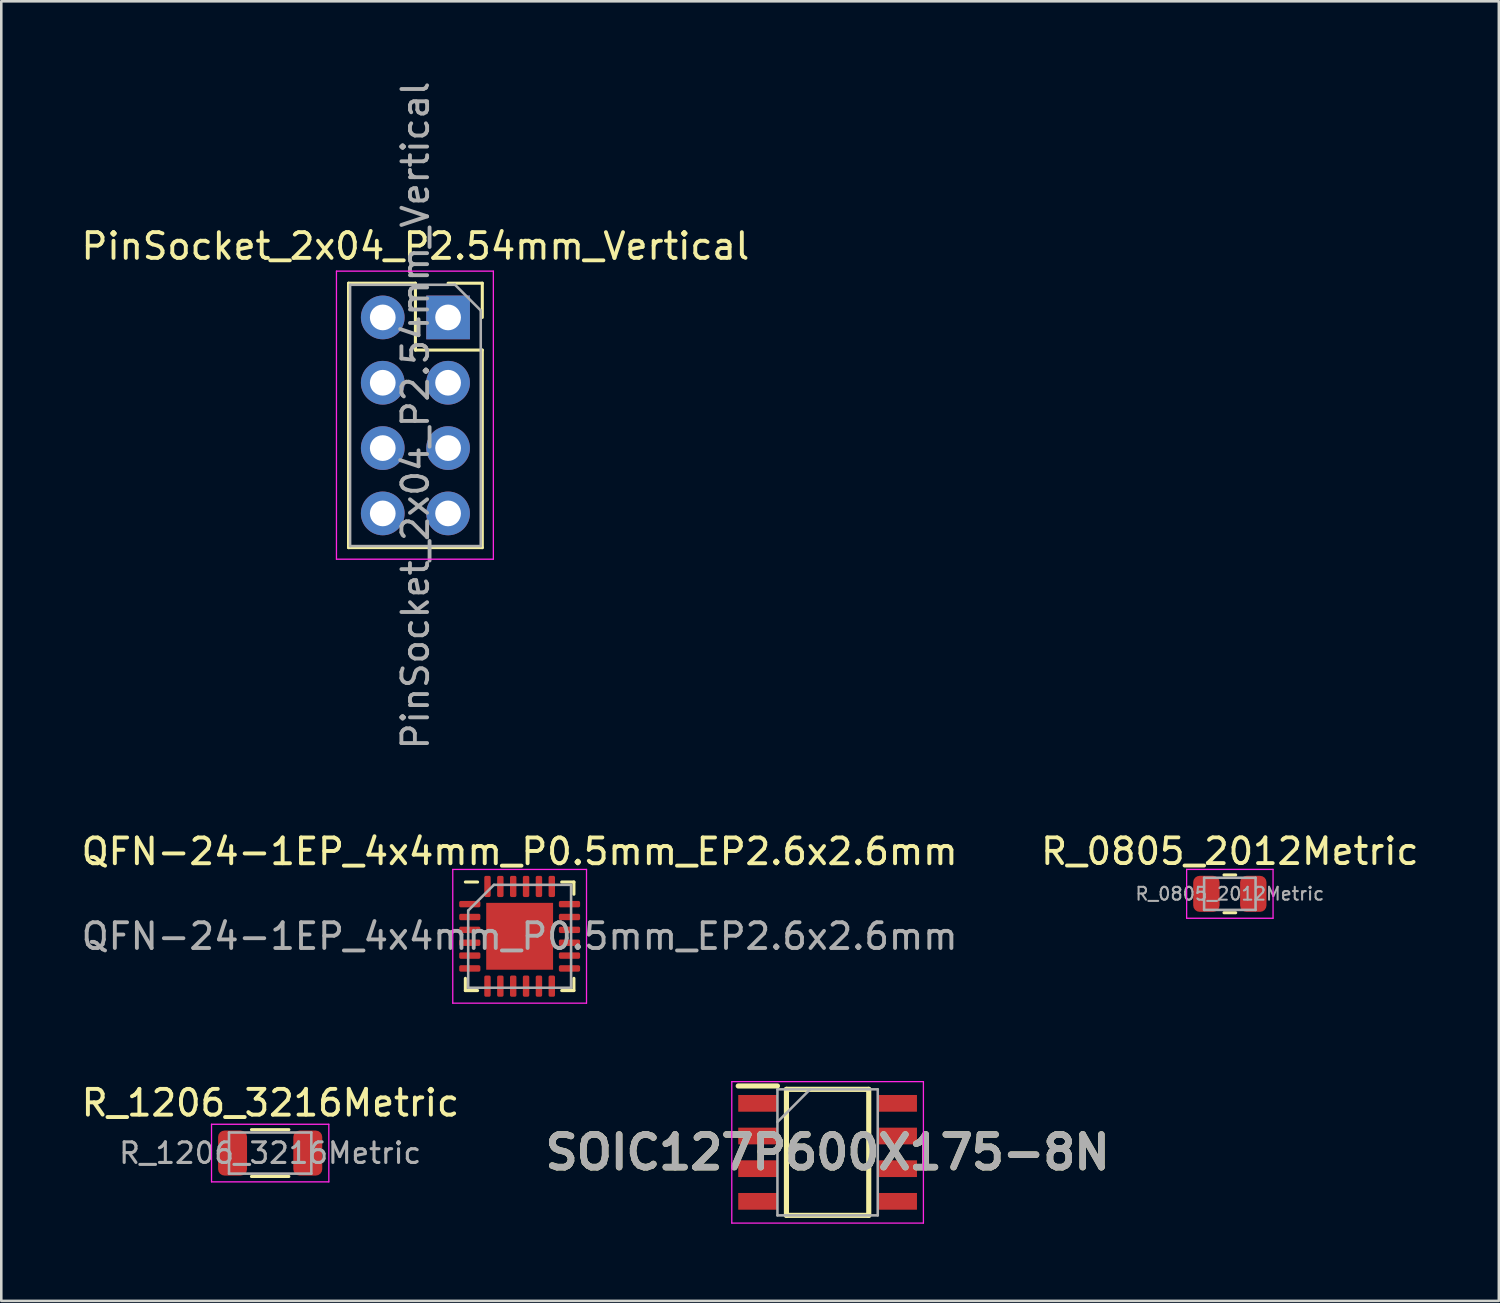
<source format=kicad_pcb>
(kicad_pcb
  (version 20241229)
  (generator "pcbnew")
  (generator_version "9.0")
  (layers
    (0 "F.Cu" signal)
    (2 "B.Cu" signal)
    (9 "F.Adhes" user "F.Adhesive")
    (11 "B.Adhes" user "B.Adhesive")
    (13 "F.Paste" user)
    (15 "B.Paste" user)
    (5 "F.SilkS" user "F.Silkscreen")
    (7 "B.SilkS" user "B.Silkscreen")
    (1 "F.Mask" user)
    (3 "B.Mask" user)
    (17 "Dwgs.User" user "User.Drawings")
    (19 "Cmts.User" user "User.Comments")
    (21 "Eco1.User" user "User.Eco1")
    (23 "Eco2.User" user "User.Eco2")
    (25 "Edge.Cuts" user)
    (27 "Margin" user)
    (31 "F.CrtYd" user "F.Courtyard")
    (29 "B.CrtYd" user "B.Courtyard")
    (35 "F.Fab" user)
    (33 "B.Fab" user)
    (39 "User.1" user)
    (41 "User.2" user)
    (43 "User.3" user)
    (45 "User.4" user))
  (footprint "SOIC127P600X175-8N"
    (layer "F.Cu")
    (at 29.126 41.752)
    (property "Reference" "SOIC127P600X175-8N" (at 0 0 0) (layer "F.SilkS") (effects (font (size 1.27 1.27) (thickness 0.254))))
    (attr smd)
    (fp_line (start -3.475 -2.58) (end -1.95 -2.58) (stroke (width 0.2) (type solid)) (layer "F.SilkS"))
    (fp_line (start -1.6 -2.45) (end 1.6 -2.45) (stroke (width 0.2) (type solid)) (layer "F.SilkS"))
    (fp_line (start -1.6 2.45) (end -1.6 -2.45) (stroke (width 0.2) (type solid)) (layer "F.SilkS"))
    (fp_line (start 1.6 -2.45) (end 1.6 2.45) (stroke (width 0.2) (type solid)) (layer "F.SilkS"))
    (fp_line (start 1.6 2.45) (end -1.6 2.45) (stroke (width 0.2) (type solid)) (layer "F.SilkS"))
    (fp_line (start -3.725 -2.75) (end 3.725 -2.75) (stroke (width 0.05) (type solid)) (layer "F.CrtYd"))
    (fp_line (start -3.725 2.75) (end -3.725 -2.75) (stroke (width 0.05) (type solid)) (layer "F.CrtYd"))
    (fp_line (start 3.725 -2.75) (end 3.725 2.75) (stroke (width 0.05) (type solid)) (layer "F.CrtYd"))
    (fp_line (start 3.725 2.75) (end -3.725 2.75) (stroke (width 0.05) (type solid)) (layer "F.CrtYd"))
    (fp_line (start -1.95 -2.45) (end 1.95 -2.45) (stroke (width 0.1) (type solid)) (layer "F.Fab"))
    (fp_line (start -1.95 -1.18) (end -0.68 -2.45) (stroke (width 0.1) (type solid)) (layer "F.Fab"))
    (fp_line (start -1.95 2.45) (end -1.95 -2.45) (stroke (width 0.1) (type solid)) (layer "F.Fab"))
    (fp_line (start 1.95 -2.45) (end 1.95 2.45) (stroke (width 0.1) (type solid)) (layer "F.Fab"))
    (fp_line (start 1.95 2.45) (end -1.95 2.45) (stroke (width 0.1) (type solid)) (layer "F.Fab"))
    (fp_text user "${REFERENCE}" (at 0 0 0) (layer "F.Fab") (effects (font (size 1.27 1.27) (thickness 0.254))))
    (pad "1" smd rect (at -2.712 -1.905 90) (size 0.65 1.525) (layers "F.Cu" "F.Mask" "F.Paste"))
    (pad "2" smd rect (at -2.712 -0.635 90) (size 0.65 1.525) (layers "F.Cu" "F.Mask" "F.Paste"))
    (pad "3" smd rect (at -2.712 0.635 90) (size 0.65 1.525) (layers "F.Cu" "F.Mask" "F.Paste"))
    (pad "4" smd rect (at -2.712 1.905 90) (size 0.65 1.525) (layers "F.Cu" "F.Mask" "F.Paste"))
    (pad "5" smd rect (at 2.712 1.905 90) (size 0.65 1.525) (layers "F.Cu" "F.Mask" "F.Paste"))
    (pad "6" smd rect (at 2.712 0.635 90) (size 0.65 1.525) (layers "F.Cu" "F.Mask" "F.Paste"))
    (pad "7" smd rect (at 2.712 -0.635 90) (size 0.65 1.525) (layers "F.Cu" "F.Mask" "F.Paste"))
    (pad "8" smd rect (at 2.712 -1.905 90) (size 0.65 1.525) (layers "F.Cu" "F.Mask" "F.Paste")))
  (footprint "R_1206_3216Metric"
    (layer "F.Cu")
    (at 7.454 41.78)
    (property "Reference" "R_1206_3216Metric" (at 0.009 -1.95 0) (layer "F.SilkS") (effects (font (size 1 1) (thickness 0.153))))
    (attr smd)
    (fp_line (start -0.727 -0.91) (end 0.727 -0.91) (stroke (width 0.12) (type solid)) (layer "F.SilkS"))
    (fp_line (start -0.727 0.91) (end 0.727 0.91) (stroke (width 0.12) (type solid)) (layer "F.SilkS"))
    (fp_line (start -2.28 -1.12) (end 2.28 -1.12) (stroke (width 0.05) (type solid)) (layer "F.CrtYd"))
    (fp_line (start -2.28 1.12) (end -2.28 -1.12) (stroke (width 0.05) (type solid)) (layer "F.CrtYd"))
    (fp_line (start 2.28 -1.12) (end 2.28 1.12) (stroke (width 0.05) (type solid)) (layer "F.CrtYd"))
    (fp_line (start 2.28 1.12) (end -2.28 1.12) (stroke (width 0.05) (type solid)) (layer "F.CrtYd"))
    (fp_line (start -1.6 -0.8) (end 1.6 -0.8) (stroke (width 0.1) (type solid)) (layer "F.Fab"))
    (fp_line (start -1.6 0.8) (end -1.6 -0.8) (stroke (width 0.1) (type solid)) (layer "F.Fab"))
    (fp_line (start 1.6 -0.8) (end 1.6 0.8) (stroke (width 0.1) (type solid)) (layer "F.Fab"))
    (fp_line (start 1.6 0.8) (end -1.6 0.8) (stroke (width 0.1) (type solid)) (layer "F.Fab"))
    (fp_text user "${REFERENCE}" (at 0 0 0) (layer "F.Fab") (effects (font (size 0.8 0.8) (thickness 0.12))))
    (pad "1" smd roundrect (at -1.462 0) (size 1.125 1.75) (layers "F.Cu" "F.Mask" "F.Paste") (roundrect_rratio 0.222))
    (pad "2" smd roundrect (at 1.462 0) (size 1.125 1.75) (layers "F.Cu" "F.Mask" "F.Paste") (roundrect_rratio 0.222)))
  (footprint "PinSocket_2x04_P2.54mm_Vertical"
    (layer "F.Cu")
    (at 14.371 9.291)
    (property "Reference" "PinSocket_2x04_P2.54mm_Vertical" (at -1.27 -2.77 180) (layer "F.SilkS") (effects (font (size 1 1) (thickness 0.15))))
    (attr through_hole)
    (fp_line (start -3.87 -1.33) (end -3.87 8.95) (stroke (width 0.12) (type solid)) (layer "F.SilkS"))
    (fp_line (start -3.87 -1.33) (end -1.27 -1.33) (stroke (width 0.12) (type solid)) (layer "F.SilkS"))
    (fp_line (start -3.87 8.95) (end 1.33 8.95) (stroke (width 0.12) (type solid)) (layer "F.SilkS"))
    (fp_line (start -1.27 -1.33) (end -1.27 1.27) (stroke (width 0.12) (type solid)) (layer "F.SilkS"))
    (fp_line (start -1.27 1.27) (end 1.33 1.27) (stroke (width 0.12) (type solid)) (layer "F.SilkS"))
    (fp_line (start 0 -1.33) (end 1.33 -1.33) (stroke (width 0.12) (type solid)) (layer "F.SilkS"))
    (fp_line (start 1.33 -1.33) (end 1.33 0) (stroke (width 0.12) (type solid)) (layer "F.SilkS"))
    (fp_line (start 1.33 1.27) (end 1.33 8.95) (stroke (width 0.12) (type solid)) (layer "F.SilkS"))
    (fp_line (start -4.34 -1.8) (end 1.76 -1.8) (stroke (width 0.05) (type solid)) (layer "F.CrtYd"))
    (fp_line (start -4.34 9.4) (end -4.34 -1.8) (stroke (width 0.05) (type solid)) (layer "F.CrtYd"))
    (fp_line (start 1.76 -1.8) (end 1.76 9.4) (stroke (width 0.05) (type solid)) (layer "F.CrtYd"))
    (fp_line (start 1.76 9.4) (end -4.34 9.4) (stroke (width 0.05) (type solid)) (layer "F.CrtYd"))
    (fp_line (start -3.81 -1.27) (end 0.27 -1.27) (stroke (width 0.1) (type solid)) (layer "F.Fab"))
    (fp_line (start -3.81 8.89) (end -3.81 -1.27) (stroke (width 0.1) (type solid)) (layer "F.Fab"))
    (fp_line (start 0.27 -1.27) (end 1.27 -0.27) (stroke (width 0.1) (type solid)) (layer "F.Fab"))
    (fp_line (start 1.27 -0.27) (end 1.27 8.89) (stroke (width 0.1) (type solid)) (layer "F.Fab"))
    (fp_line (start 1.27 8.89) (end -3.81 8.89) (stroke (width 0.1) (type solid)) (layer "F.Fab"))
    (fp_text user "${REFERENCE}" (at -1.27 3.81 270) (layer "F.Fab") (effects (font (size 1 1) (thickness 0.15))))
    (pad "1" thru_hole rect (at 0 0) (size 1.7 1.7) (drill 1) (layers "*.Cu" "*.Mask"))
    (pad "2" thru_hole oval (at -2.54 0) (size 1.7 1.7) (drill 1) (layers "*.Cu" "*.Mask"))
    (pad "3" thru_hole oval (at 0 2.54) (size 1.7 1.7) (drill 1) (layers "*.Cu" "*.Mask"))
    (pad "4" thru_hole oval (at -2.54 2.54) (size 1.7 1.7) (drill 1) (layers "*.Cu" "*.Mask"))
    (pad "5" thru_hole oval (at 0 5.08) (size 1.7 1.7) (drill 1) (layers "*.Cu" "*.Mask"))
    (pad "6" thru_hole oval (at -2.54 5.08) (size 1.7 1.7) (drill 1) (layers "*.Cu" "*.Mask"))
    (pad "7" thru_hole oval (at 0 7.62) (size 1.7 1.7) (drill 1) (layers "*.Cu" "*.Mask"))
    (pad "8" thru_hole oval (at -2.54 7.62) (size 1.7 1.7) (drill 1) (layers "*.Cu" "*.Mask")))
  (footprint "QFN-24-1EP_4x4mm_P0.5mm_EP2.6x2.6mm"
    (layer "F.Cu")
    (at 17.153 33.352)
    (property "Reference" "QFN-24-1EP_4x4mm_P0.5mm_EP2.6x2.6mm" (at 0 -3.296 0) (layer "F.SilkS") (effects (font (size 1 1) (thickness 0.153))))
    (attr smd)
    (fp_line (start -2.11 2.11) (end -2.11 1.635) (stroke (width 0.12) (type solid)) (layer "F.SilkS"))
    (fp_line (start -1.635 -2.11) (end -2.11 -2.11) (stroke (width 0.12) (type solid)) (layer "F.SilkS"))
    (fp_line (start -1.635 2.11) (end -2.11 2.11) (stroke (width 0.12) (type solid)) (layer "F.SilkS"))
    (fp_line (start 1.635 -2.11) (end 2.11 -2.11) (stroke (width 0.12) (type solid)) (layer "F.SilkS"))
    (fp_line (start 1.635 2.11) (end 2.11 2.11) (stroke (width 0.12) (type solid)) (layer "F.SilkS"))
    (fp_line (start 2.11 -2.11) (end 2.11 -1.635) (stroke (width 0.12) (type solid)) (layer "F.SilkS"))
    (fp_line (start 2.11 2.11) (end 2.11 1.635) (stroke (width 0.12) (type solid)) (layer "F.SilkS"))
    (fp_line (start -2.6 -2.6) (end -2.6 2.6) (stroke (width 0.05) (type solid)) (layer "F.CrtYd"))
    (fp_line (start -2.6 2.6) (end 2.6 2.6) (stroke (width 0.05) (type solid)) (layer "F.CrtYd"))
    (fp_line (start 2.6 -2.6) (end -2.6 -2.6) (stroke (width 0.05) (type solid)) (layer "F.CrtYd"))
    (fp_line (start 2.6 2.6) (end 2.6 -2.6) (stroke (width 0.05) (type solid)) (layer "F.CrtYd"))
    (fp_line (start -2 -1) (end -1 -2) (stroke (width 0.1) (type solid)) (layer "F.Fab"))
    (fp_line (start -2 2) (end -2 -1) (stroke (width 0.1) (type solid)) (layer "F.Fab"))
    (fp_line (start -1 -2) (end 2 -2) (stroke (width 0.1) (type solid)) (layer "F.Fab"))
    (fp_line (start 2 -2) (end 2 2) (stroke (width 0.1) (type solid)) (layer "F.Fab"))
    (fp_line (start 2 2) (end -2 2) (stroke (width 0.1) (type solid)) (layer "F.Fab"))
    (fp_text user "${REFERENCE}" (at 0 0 0) (layer "F.Fab") (effects (font (size 1 1) (thickness 0.15))))
    (pad "" smd roundrect (at -0.65 -0.65) (size 1.05 1.05) (layers "F.Paste") (roundrect_rratio 0.238))
    (pad "" smd roundrect (at -0.65 0.65) (size 1.05 1.05) (layers "F.Paste") (roundrect_rratio 0.238))
    (pad "" smd roundrect (at 0.65 -0.65) (size 1.05 1.05) (layers "F.Paste") (roundrect_rratio 0.238))
    (pad "" smd roundrect (at 0.65 0.65) (size 1.05 1.05) (layers "F.Paste") (roundrect_rratio 0.238))
    (pad "1" smd roundrect (at -1.938 -1.25) (size 0.825 0.25) (layers "F.Cu" "F.Mask" "F.Paste") (roundrect_rratio 0.25))
    (pad "2" smd roundrect (at -1.938 -0.75) (size 0.825 0.25) (layers "F.Cu" "F.Mask" "F.Paste") (roundrect_rratio 0.25))
    (pad "3" smd roundrect (at -1.938 -0.25) (size 0.825 0.25) (layers "F.Cu" "F.Mask" "F.Paste") (roundrect_rratio 0.25))
    (pad "4" smd roundrect (at -1.938 0.25) (size 0.825 0.25) (layers "F.Cu" "F.Mask" "F.Paste") (roundrect_rratio 0.25))
    (pad "5" smd roundrect (at -1.938 0.75) (size 0.825 0.25) (layers "F.Cu" "F.Mask" "F.Paste") (roundrect_rratio 0.25))
    (pad "6" smd roundrect (at -1.938 1.25) (size 0.825 0.25) (layers "F.Cu" "F.Mask" "F.Paste") (roundrect_rratio 0.25))
    (pad "7" smd roundrect (at -1.25 1.938) (size 0.25 0.825) (layers "F.Cu" "F.Mask" "F.Paste") (roundrect_rratio 0.25))
    (pad "8" smd roundrect (at -0.75 1.938) (size 0.25 0.825) (layers "F.Cu" "F.Mask" "F.Paste") (roundrect_rratio 0.25))
    (pad "9" smd roundrect (at -0.25 1.938) (size 0.25 0.825) (layers "F.Cu" "F.Mask" "F.Paste") (roundrect_rratio 0.25))
    (pad "10" smd roundrect (at 0.25 1.938) (size 0.25 0.825) (layers "F.Cu" "F.Mask" "F.Paste") (roundrect_rratio 0.25))
    (pad "11" smd roundrect (at 0.75 1.938) (size 0.25 0.825) (layers "F.Cu" "F.Mask" "F.Paste") (roundrect_rratio 0.25))
    (pad "12" smd roundrect (at 1.25 1.938) (size 0.25 0.825) (layers "F.Cu" "F.Mask" "F.Paste") (roundrect_rratio 0.25))
    (pad "13" smd roundrect (at 1.938 1.25) (size 0.825 0.25) (layers "F.Cu" "F.Mask" "F.Paste") (roundrect_rratio 0.25))
    (pad "14" smd roundrect (at 1.938 0.75) (size 0.825 0.25) (layers "F.Cu" "F.Mask" "F.Paste") (roundrect_rratio 0.25))
    (pad "15" smd roundrect (at 1.938 0.25) (size 0.825 0.25) (layers "F.Cu" "F.Mask" "F.Paste") (roundrect_rratio 0.25))
    (pad "16" smd roundrect (at 1.938 -0.25) (size 0.825 0.25) (layers "F.Cu" "F.Mask" "F.Paste") (roundrect_rratio 0.25))
    (pad "17" smd roundrect (at 1.938 -0.75) (size 0.825 0.25) (layers "F.Cu" "F.Mask" "F.Paste") (roundrect_rratio 0.25))
    (pad "18" smd roundrect (at 1.938 -1.25) (size 0.825 0.25) (layers "F.Cu" "F.Mask" "F.Paste") (roundrect_rratio 0.25))
    (pad "19" smd roundrect (at 1.25 -1.938) (size 0.25 0.825) (layers "F.Cu" "F.Mask" "F.Paste") (roundrect_rratio 0.25))
    (pad "20" smd roundrect (at 0.75 -1.938) (size 0.25 0.825) (layers "F.Cu" "F.Mask" "F.Paste") (roundrect_rratio 0.25))
    (pad "21" smd roundrect (at 0.25 -1.938) (size 0.25 0.825) (layers "F.Cu" "F.Mask" "F.Paste") (roundrect_rratio 0.25))
    (pad "22" smd roundrect (at -0.25 -1.938) (size 0.25 0.825) (layers "F.Cu" "F.Mask" "F.Paste") (roundrect_rratio 0.25))
    (pad "23" smd roundrect (at -0.75 -1.938) (size 0.25 0.825) (layers "F.Cu" "F.Mask" "F.Paste") (roundrect_rratio 0.25))
    (pad "24" smd roundrect (at -1.25 -1.938) (size 0.25 0.825) (layers "F.Cu" "F.Mask" "F.Paste") (roundrect_rratio 0.25))
    (pad "25" smd rect (at 0 0) (size 2.6 2.6) (layers "F.Cu" "F.Mask")))
  (footprint "R_0805_2012Metric"
    (layer "F.Cu")
    (at 44.765 31.701)
    (property "Reference" "R_0805_2012Metric" (at 0 -1.65 0) (layer "F.SilkS") (effects (font (size 1 1) (thickness 0.15))))
    (attr smd)
    (fp_line (start -0.227 -0.735) (end 0.227 -0.735) (stroke (width 0.12) (type solid)) (layer "F.SilkS"))
    (fp_line (start -0.227 0.735) (end 0.227 0.735) (stroke (width 0.12) (type solid)) (layer "F.SilkS"))
    (fp_line (start -1.68 -0.95) (end 1.68 -0.95) (stroke (width 0.05) (type solid)) (layer "F.CrtYd"))
    (fp_line (start -1.68 0.95) (end -1.68 -0.95) (stroke (width 0.05) (type solid)) (layer "F.CrtYd"))
    (fp_line (start 1.68 -0.95) (end 1.68 0.95) (stroke (width 0.05) (type solid)) (layer "F.CrtYd"))
    (fp_line (start 1.68 0.95) (end -1.68 0.95) (stroke (width 0.05) (type solid)) (layer "F.CrtYd"))
    (fp_line (start -1 -0.625) (end 1 -0.625) (stroke (width 0.1) (type solid)) (layer "F.Fab"))
    (fp_line (start -1 0.625) (end -1 -0.625) (stroke (width 0.1) (type solid)) (layer "F.Fab"))
    (fp_line (start 1 -0.625) (end 1 0.625) (stroke (width 0.1) (type solid)) (layer "F.Fab"))
    (fp_line (start 1 0.625) (end -1 0.625) (stroke (width 0.1) (type solid)) (layer "F.Fab"))
    (fp_text user "${REFERENCE}" (at 0 0 0) (layer "F.Fab") (effects (font (size 0.5 0.5) (thickness 0.08))))
    (pad "1" smd roundrect (at -0.912 0) (size 1.025 1.4) (layers "F.Cu" "F.Mask" "F.Paste") (roundrect_rratio 0.244))
    (pad "2" smd roundrect (at 0.912 0) (size 1.025 1.4) (layers "F.Cu" "F.Mask" "F.Paste") (roundrect_rratio 0.244)))
  (gr_rect
    (start -3 -3)
    (end 55.223 47.527)
    (stroke (width 0.1) (type default))
    (fill no)
    (layer "Edge.Cuts")))
</source>
